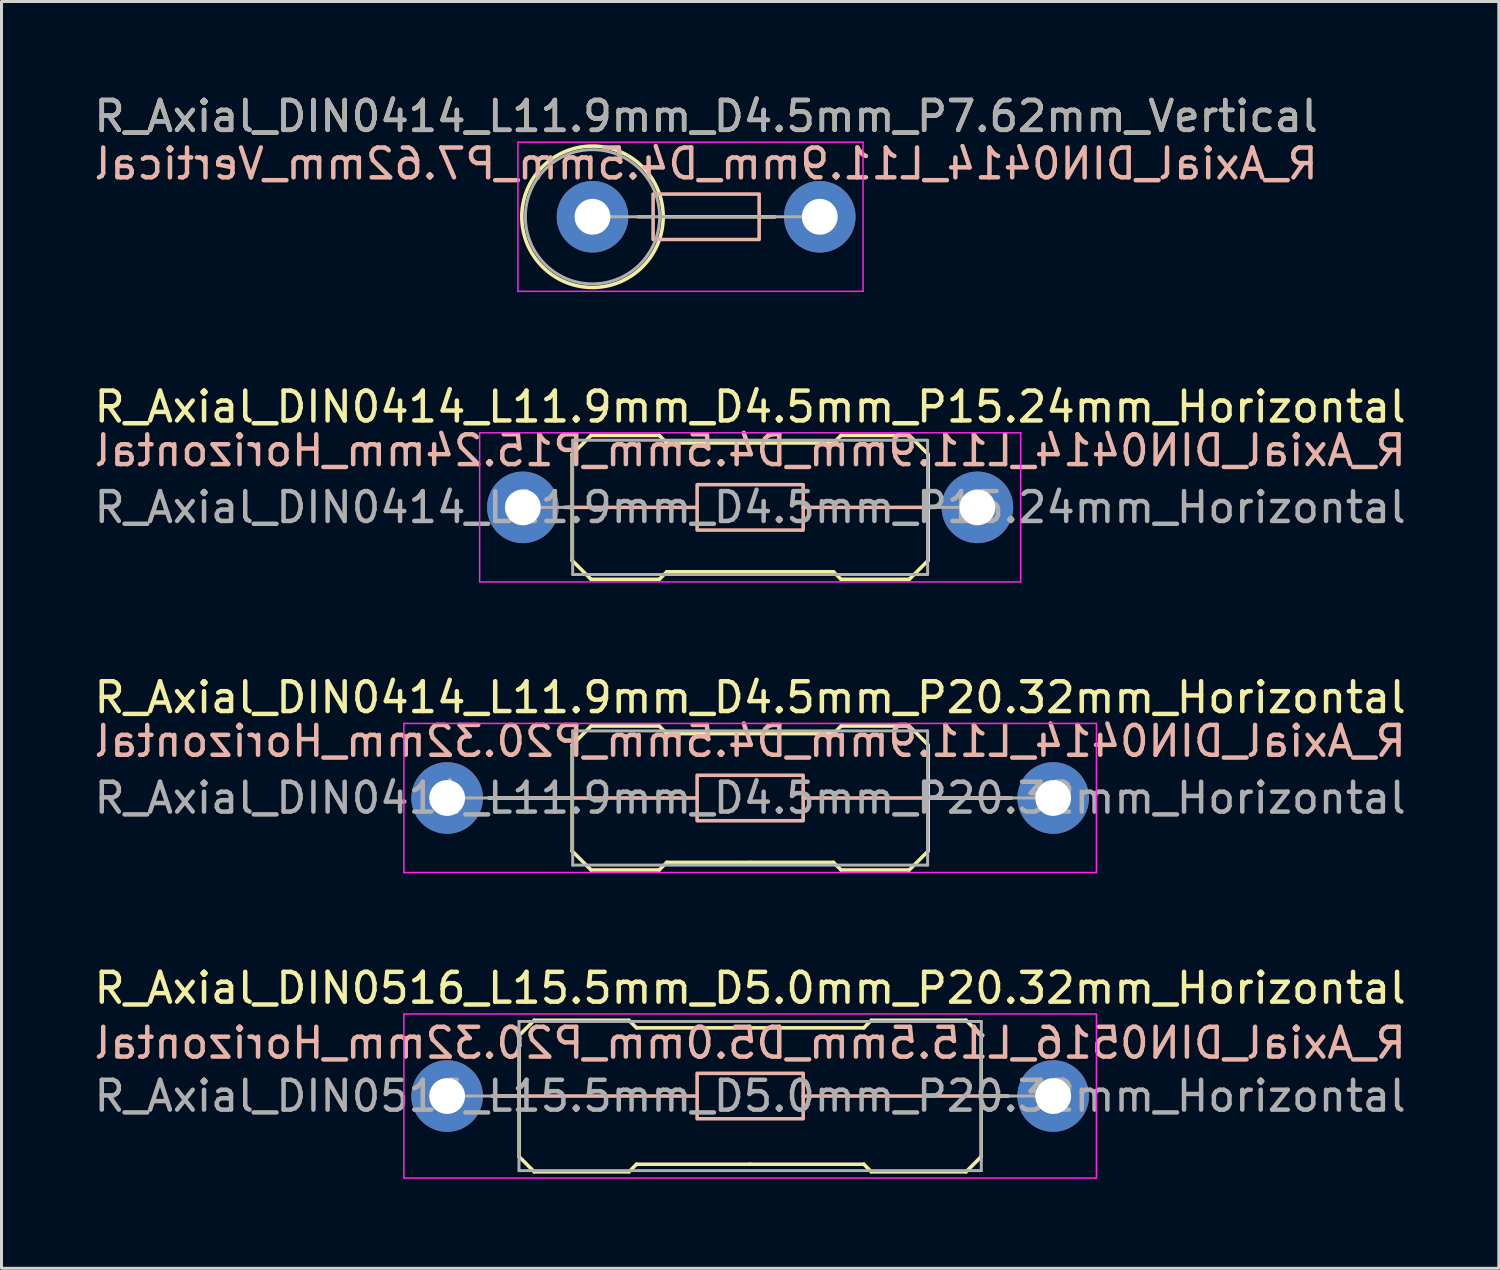
<source format=kicad_pcb>
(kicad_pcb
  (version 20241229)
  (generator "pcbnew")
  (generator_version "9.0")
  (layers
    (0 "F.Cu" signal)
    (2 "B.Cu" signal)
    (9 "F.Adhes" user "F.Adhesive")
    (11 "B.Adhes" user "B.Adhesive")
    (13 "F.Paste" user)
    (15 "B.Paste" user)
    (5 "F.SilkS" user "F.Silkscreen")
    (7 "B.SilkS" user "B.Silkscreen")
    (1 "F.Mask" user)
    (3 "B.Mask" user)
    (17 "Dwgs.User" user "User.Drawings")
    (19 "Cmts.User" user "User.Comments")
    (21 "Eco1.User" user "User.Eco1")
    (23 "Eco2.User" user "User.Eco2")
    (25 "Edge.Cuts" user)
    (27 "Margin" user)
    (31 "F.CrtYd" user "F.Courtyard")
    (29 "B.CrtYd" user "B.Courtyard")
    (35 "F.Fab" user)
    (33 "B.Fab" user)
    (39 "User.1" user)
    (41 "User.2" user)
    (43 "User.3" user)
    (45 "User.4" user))
  (footprint "R_Axial_DIN0516_L15.5mm_D5.0mm_P20.32mm_Horizontal"
    (layer "F.Cu")
    (at 11.941 33.698)
    (property "Reference" "R_Axial_DIN0516_L15.5mm_D5.0mm_P20.32mm_Horizontal" (at 10.16 -3.62 0) (layer "F.SilkS") (effects (font (size 1 1) (thickness 0.15))))
    (fp_line (start 2.413 -2.032) (end 2.921 -2.54) (stroke (width 0.12) (type solid)) (layer "F.SilkS"))
    (fp_line (start 2.413 0) (end 1.524 0) (stroke (width 0.12) (type solid)) (layer "F.SilkS"))
    (fp_line (start 2.413 2.032) (end 2.413 -2.032) (stroke (width 0.12) (type solid)) (layer "F.SilkS"))
    (fp_line (start 2.413 2.032) (end 2.921 2.54) (stroke (width 0.12) (type solid)) (layer "F.SilkS"))
    (fp_line (start 2.921 -2.54) (end 6.096 -2.54) (stroke (width 0.12) (type solid)) (layer "F.SilkS"))
    (fp_line (start 2.921 2.54) (end 6.096 2.54) (stroke (width 0.12) (type solid)) (layer "F.SilkS"))
    (fp_line (start 6.096 -2.54) (end 6.35 -2.286) (stroke (width 0.12) (type solid)) (layer "F.SilkS"))
    (fp_line (start 6.096 2.54) (end 6.35 2.286) (stroke (width 0.12) (type solid)) (layer "F.SilkS"))
    (fp_line (start 6.35 -2.286) (end 10.16 -2.286) (stroke (width 0.12) (type solid)) (layer "F.SilkS"))
    (fp_line (start 6.35 2.286) (end 10.16 2.286) (stroke (width 0.12) (type solid)) (layer "F.SilkS"))
    (fp_line (start 13.97 -2.286) (end 10.16 -2.286) (stroke (width 0.12) (type solid)) (layer "F.SilkS"))
    (fp_line (start 13.97 2.286) (end 10.16 2.286) (stroke (width 0.12) (type solid)) (layer "F.SilkS"))
    (fp_line (start 14.224 -2.54) (end 13.97 -2.286) (stroke (width 0.12) (type solid)) (layer "F.SilkS"))
    (fp_line (start 14.224 2.54) (end 13.97 2.286) (stroke (width 0.12) (type solid)) (layer "F.SilkS"))
    (fp_line (start 17.399 -2.54) (end 14.224 -2.54) (stroke (width 0.12) (type solid)) (layer "F.SilkS"))
    (fp_line (start 17.399 2.54) (end 14.224 2.54) (stroke (width 0.12) (type solid)) (layer "F.SilkS"))
    (fp_line (start 17.907 -2.032) (end 17.399 -2.54) (stroke (width 0.12) (type solid)) (layer "F.SilkS"))
    (fp_line (start 17.907 2.032) (end 17.399 2.54) (stroke (width 0.12) (type solid)) (layer "F.SilkS"))
    (fp_line (start 17.907 2.032) (end 17.907 -2.032) (stroke (width 0.12) (type solid)) (layer "F.SilkS"))
    (fp_line (start 18.796 0) (end 17.907 0) (stroke (width 0.12) (type solid)) (layer "F.SilkS"))
    (fp_line (start 8.382 0) (end 1.524 0) (stroke (width 0.12) (type solid)) (layer "B.SilkS"))
    (fp_line (start 11.938 0) (end 18.796 0) (stroke (width 0.12) (type solid)) (layer "B.SilkS"))
    (fp_rect (start 8.382 -0.762) (end 11.938 0.762) (stroke (width 0.12) (type solid)) (fill no) (layer "B.SilkS"))
    (fp_line (start -1.45 -2.75) (end -1.45 2.75) (stroke (width 0.05) (type solid)) (layer "F.CrtYd"))
    (fp_line (start -1.45 2.75) (end 21.77 2.75) (stroke (width 0.05) (type solid)) (layer "F.CrtYd"))
    (fp_line (start 21.77 -2.75) (end -1.45 -2.75) (stroke (width 0.05) (type solid)) (layer "F.CrtYd"))
    (fp_line (start 21.77 2.75) (end 21.77 -2.75) (stroke (width 0.05) (type solid)) (layer "F.CrtYd"))
    (fp_line (start 0 0) (end 2.41 0) (stroke (width 0.1) (type solid)) (layer "F.Fab"))
    (fp_line (start 2.41 -2.5) (end 2.41 2.5) (stroke (width 0.1) (type solid)) (layer "F.Fab"))
    (fp_line (start 2.41 2.5) (end 17.91 2.5) (stroke (width 0.1) (type solid)) (layer "F.Fab"))
    (fp_line (start 17.91 -2.5) (end 2.41 -2.5) (stroke (width 0.1) (type solid)) (layer "F.Fab"))
    (fp_line (start 17.91 2.5) (end 17.91 -2.5) (stroke (width 0.1) (type solid)) (layer "F.Fab"))
    (fp_line (start 20.32 0) (end 17.91 0) (stroke (width 0.1) (type solid)) (layer "F.Fab"))
    (fp_text user "${REFERENCE}" (at 10.16 -1.778 0) (layer "B.SilkS") (effects (font (size 1 1) (thickness 0.15)) (justify mirror)))
    (fp_text user "${REFERENCE}" (at 10.16 0 0) (layer "F.Fab") (effects (font (size 1 1) (thickness 0.15))))
    (pad "1" thru_hole circle (at 0 0) (size 2.4 2.4) (drill 1.2) (layers "*.Cu" "*.Mask"))
    (pad "2" thru_hole oval (at 20.32 0) (size 2.4 2.4) (drill 1.2) (layers "*.Cu" "*.Mask")))
  (footprint "R_Axial_DIN0414_L11.9mm_D4.5mm_P20.32mm_Horizontal"
    (layer "F.Cu")
    (at 11.941 23.705)
    (property "Reference" "R_Axial_DIN0414_L11.9mm_D4.5mm_P20.32mm_Horizontal" (at 10.16 -3.37 0) (layer "F.SilkS") (effects (font (size 1 1) (thickness 0.15))))
    (fp_line (start 4.191 -1.778) (end 4.826 -2.413) (stroke (width 0.12) (type solid)) (layer "F.SilkS"))
    (fp_line (start 4.191 0) (end 1.397 0) (stroke (width 0.12) (type solid)) (layer "F.SilkS"))
    (fp_line (start 4.191 1.778) (end 4.191 -1.778) (stroke (width 0.12) (type solid)) (layer "F.SilkS"))
    (fp_line (start 4.191 1.778) (end 4.826 2.413) (stroke (width 0.12) (type solid)) (layer "F.SilkS"))
    (fp_line (start 4.826 -2.413) (end 7.112 -2.413) (stroke (width 0.12) (type solid)) (layer "F.SilkS"))
    (fp_line (start 4.826 2.413) (end 7.112 2.413) (stroke (width 0.12) (type solid)) (layer "F.SilkS"))
    (fp_line (start 7.112 -2.413) (end 7.366 -2.159) (stroke (width 0.12) (type solid)) (layer "F.SilkS"))
    (fp_line (start 7.112 2.413) (end 7.366 2.159) (stroke (width 0.12) (type solid)) (layer "F.SilkS"))
    (fp_line (start 7.366 -2.159) (end 10.16 -2.159) (stroke (width 0.12) (type solid)) (layer "F.SilkS"))
    (fp_line (start 7.366 2.159) (end 10.16 2.159) (stroke (width 0.12) (type solid)) (layer "F.SilkS"))
    (fp_line (start 12.954 -2.159) (end 10.16 -2.159) (stroke (width 0.12) (type solid)) (layer "F.SilkS"))
    (fp_line (start 12.954 2.159) (end 10.16 2.159) (stroke (width 0.12) (type solid)) (layer "F.SilkS"))
    (fp_line (start 13.208 -2.413) (end 12.954 -2.159) (stroke (width 0.12) (type solid)) (layer "F.SilkS"))
    (fp_line (start 13.208 2.413) (end 12.954 2.159) (stroke (width 0.12) (type solid)) (layer "F.SilkS"))
    (fp_line (start 15.494 -2.413) (end 13.208 -2.413) (stroke (width 0.12) (type solid)) (layer "F.SilkS"))
    (fp_line (start 15.494 2.413) (end 13.208 2.413) (stroke (width 0.12) (type solid)) (layer "F.SilkS"))
    (fp_line (start 16.129 -1.778) (end 15.494 -2.413) (stroke (width 0.12) (type solid)) (layer "F.SilkS"))
    (fp_line (start 16.129 0) (end 18.923 0) (stroke (width 0.12) (type solid)) (layer "F.SilkS"))
    (fp_line (start 16.129 1.778) (end 15.494 2.413) (stroke (width 0.12) (type solid)) (layer "F.SilkS"))
    (fp_line (start 16.129 1.778) (end 16.129 -1.778) (stroke (width 0.12) (type solid)) (layer "F.SilkS"))
    (fp_line (start 8.382 0) (end 1.524 0) (stroke (width 0.12) (type solid)) (layer "B.SilkS"))
    (fp_line (start 11.938 0) (end 18.796 0) (stroke (width 0.12) (type solid)) (layer "B.SilkS"))
    (fp_rect (start 8.382 -0.762) (end 11.938 0.762) (stroke (width 0.12) (type solid)) (fill no) (layer "B.SilkS"))
    (fp_line (start -1.45 -2.5) (end -1.45 2.5) (stroke (width 0.05) (type solid)) (layer "F.CrtYd"))
    (fp_line (start -1.45 2.5) (end 21.77 2.5) (stroke (width 0.05) (type solid)) (layer "F.CrtYd"))
    (fp_line (start 21.77 -2.5) (end -1.45 -2.5) (stroke (width 0.05) (type solid)) (layer "F.CrtYd"))
    (fp_line (start 21.77 2.5) (end 21.77 -2.5) (stroke (width 0.05) (type solid)) (layer "F.CrtYd"))
    (fp_line (start 0 0) (end 4.21 0) (stroke (width 0.1) (type solid)) (layer "F.Fab"))
    (fp_line (start 4.21 -2.25) (end 4.21 2.25) (stroke (width 0.1) (type solid)) (layer "F.Fab"))
    (fp_line (start 4.21 2.25) (end 16.11 2.25) (stroke (width 0.1) (type solid)) (layer "F.Fab"))
    (fp_line (start 16.11 -2.25) (end 4.21 -2.25) (stroke (width 0.1) (type solid)) (layer "F.Fab"))
    (fp_line (start 16.11 2.25) (end 16.11 -2.25) (stroke (width 0.1) (type solid)) (layer "F.Fab"))
    (fp_line (start 20.32 0) (end 16.11 0) (stroke (width 0.1) (type solid)) (layer "F.Fab"))
    (fp_text user "${REFERENCE}" (at 10.16 -1.905 0) (layer "B.SilkS") (effects (font (size 1 1) (thickness 0.15)) (justify mirror)))
    (fp_text user "${REFERENCE}" (at 10.16 0 0) (layer "F.Fab") (effects (font (size 1 1) (thickness 0.15))))
    (pad "1" thru_hole circle (at 0 0) (size 2.4 2.4) (drill 1.2) (layers "*.Cu" "*.Mask"))
    (pad "2" thru_hole oval (at 20.32 0) (size 2.4 2.4) (drill 1.2) (layers "*.Cu" "*.Mask")))
  (footprint "R_Axial_DIN0414_L11.9mm_D4.5mm_P15.24mm_Horizontal"
    (layer "F.Cu")
    (at 14.481 13.961)
    (property "Reference" "R_Axial_DIN0414_L11.9mm_D4.5mm_P15.24mm_Horizontal" (at 7.62 -3.37 0) (layer "F.SilkS") (effects (font (size 1 1) (thickness 0.15))))
    (fp_line (start 1.651 -1.778) (end 2.286 -2.413) (stroke (width 0.12) (type solid)) (layer "F.SilkS"))
    (fp_line (start 1.651 0) (end 1.397 0) (stroke (width 0.12) (type solid)) (layer "F.SilkS"))
    (fp_line (start 1.651 1.778) (end 1.651 -1.778) (stroke (width 0.12) (type solid)) (layer "F.SilkS"))
    (fp_line (start 1.651 1.778) (end 2.286 2.413) (stroke (width 0.12) (type solid)) (layer "F.SilkS"))
    (fp_line (start 2.286 -2.413) (end 4.572 -2.413) (stroke (width 0.12) (type solid)) (layer "F.SilkS"))
    (fp_line (start 2.286 2.413) (end 4.572 2.413) (stroke (width 0.12) (type solid)) (layer "F.SilkS"))
    (fp_line (start 4.572 -2.413) (end 4.826 -2.159) (stroke (width 0.12) (type solid)) (layer "F.SilkS"))
    (fp_line (start 4.572 2.413) (end 4.826 2.159) (stroke (width 0.12) (type solid)) (layer "F.SilkS"))
    (fp_line (start 4.826 -2.159) (end 7.62 -2.159) (stroke (width 0.12) (type solid)) (layer "F.SilkS"))
    (fp_line (start 4.826 2.159) (end 7.62 2.159) (stroke (width 0.12) (type solid)) (layer "F.SilkS"))
    (fp_line (start 10.414 -2.159) (end 7.62 -2.159) (stroke (width 0.12) (type solid)) (layer "F.SilkS"))
    (fp_line (start 10.414 2.159) (end 7.62 2.159) (stroke (width 0.12) (type solid)) (layer "F.SilkS"))
    (fp_line (start 10.668 -2.413) (end 10.414 -2.159) (stroke (width 0.12) (type solid)) (layer "F.SilkS"))
    (fp_line (start 10.668 2.413) (end 10.414 2.159) (stroke (width 0.12) (type solid)) (layer "F.SilkS"))
    (fp_line (start 12.954 -2.413) (end 10.668 -2.413) (stroke (width 0.12) (type solid)) (layer "F.SilkS"))
    (fp_line (start 12.954 2.413) (end 10.668 2.413) (stroke (width 0.12) (type solid)) (layer "F.SilkS"))
    (fp_line (start 13.589 -1.778) (end 12.954 -2.413) (stroke (width 0.12) (type solid)) (layer "F.SilkS"))
    (fp_line (start 13.589 0) (end 13.843 0) (stroke (width 0.12) (type solid)) (layer "F.SilkS"))
    (fp_line (start 13.589 1.778) (end 12.954 2.413) (stroke (width 0.12) (type solid)) (layer "F.SilkS"))
    (fp_line (start 13.589 1.778) (end 13.589 -1.778) (stroke (width 0.12) (type solid)) (layer "F.SilkS"))
    (fp_line (start 5.842 0) (end 1.524 0) (stroke (width 0.12) (type solid)) (layer "B.SilkS"))
    (fp_line (start 9.398 0) (end 13.716 0) (stroke (width 0.12) (type solid)) (layer "B.SilkS"))
    (fp_rect (start 5.842 -0.762) (end 9.398 0.762) (stroke (width 0.12) (type solid)) (fill no) (layer "B.SilkS"))
    (fp_line (start -1.45 -2.5) (end -1.45 2.5) (stroke (width 0.05) (type solid)) (layer "F.CrtYd"))
    (fp_line (start -1.45 2.5) (end 16.69 2.5) (stroke (width 0.05) (type solid)) (layer "F.CrtYd"))
    (fp_line (start 16.69 -2.5) (end -1.45 -2.5) (stroke (width 0.05) (type solid)) (layer "F.CrtYd"))
    (fp_line (start 16.69 2.5) (end 16.69 -2.5) (stroke (width 0.05) (type solid)) (layer "F.CrtYd"))
    (fp_line (start 0 0) (end 1.67 0) (stroke (width 0.1) (type solid)) (layer "F.Fab"))
    (fp_line (start 1.67 -2.25) (end 1.67 2.25) (stroke (width 0.1) (type solid)) (layer "F.Fab"))
    (fp_line (start 1.67 2.25) (end 13.57 2.25) (stroke (width 0.1) (type solid)) (layer "F.Fab"))
    (fp_line (start 13.57 -2.25) (end 1.67 -2.25) (stroke (width 0.1) (type solid)) (layer "F.Fab"))
    (fp_line (start 13.57 2.25) (end 13.57 -2.25) (stroke (width 0.1) (type solid)) (layer "F.Fab"))
    (fp_line (start 15.24 0) (end 13.57 0) (stroke (width 0.1) (type solid)) (layer "F.Fab"))
    (fp_text user "${REFERENCE}" (at 7.62 -1.905 0) (layer "B.SilkS") (effects (font (size 1 1) (thickness 0.15)) (justify mirror)))
    (fp_text user "${REFERENCE}" (at 7.62 0 0) (layer "F.Fab") (effects (font (size 1 1) (thickness 0.15))))
    (pad "1" thru_hole circle (at 0 0) (size 2.4 2.4) (drill 1.2) (layers "*.Cu" "*.Mask"))
    (pad "2" thru_hole oval (at 15.24 0) (size 2.4 2.4) (drill 1.2) (layers "*.Cu" "*.Mask")))
  (footprint "R_Axial_DIN0414_L11.9mm_D4.5mm_P7.62mm_Vertical"
    (layer "F.Cu")
    (at 16.815 4.218)
    (property "Reference" "R_Axial_DIN0414_L11.9mm_D4.5mm_P7.62mm_Vertical" (at 3.81 -3.37 0) (layer "F.SilkS") (effects (font (size 1 1) (thickness 0.15))))
    (fp_line (start 2.37 0) (end 6.12 0) (stroke (width 0.12) (type solid)) (layer "F.SilkS"))
    (fp_circle (center 0 0) (end 2.37 0) (stroke (width 0.12) (type solid)) (fill no) (layer "F.SilkS"))
    (fp_line (start 2.032 0) (end 1.524 0) (stroke (width 0.12) (type solid)) (layer "B.SilkS"))
    (fp_line (start 5.588 0) (end 6.096 0) (stroke (width 0.12) (type solid)) (layer "B.SilkS"))
    (fp_rect (start 2.032 -0.762) (end 5.588 0.762) (stroke (width 0.12) (type solid)) (fill no) (layer "B.SilkS"))
    (fp_line (start -2.5 -2.5) (end -2.5 2.5) (stroke (width 0.05) (type solid)) (layer "F.CrtYd"))
    (fp_line (start -2.5 2.5) (end 9.07 2.5) (stroke (width 0.05) (type solid)) (layer "F.CrtYd"))
    (fp_line (start 9.07 -2.5) (end -2.5 -2.5) (stroke (width 0.05) (type solid)) (layer "F.CrtYd"))
    (fp_line (start 9.07 2.5) (end 9.07 -2.5) (stroke (width 0.05) (type solid)) (layer "F.CrtYd"))
    (fp_line (start 0 0) (end 7.62 0) (stroke (width 0.1) (type solid)) (layer "F.Fab"))
    (fp_circle (center 0 0) (end 2.25 0) (stroke (width 0.1) (type solid)) (fill no) (layer "F.Fab"))
    (fp_text user "${REFERENCE}" (at 3.81 -1.778 0) (layer "B.SilkS") (effects (font (size 1 1) (thickness 0.15)) (justify mirror)))
    (fp_text user "${REFERENCE}" (at 3.81 -3.37 0) (layer "F.Fab") (effects (font (size 1 1) (thickness 0.15))))
    (pad "1" thru_hole circle (at 0 0) (size 2.4 2.4) (drill 1.2) (layers "*.Cu" "*.Mask"))
    (pad "2" thru_hole oval (at 7.62 0) (size 2.4 2.4) (drill 1.2) (layers "*.Cu" "*.Mask")))
  (gr_rect
    (start -3 -3)
    (end 47.202 39.473)
    (stroke (width 0.1) (type default))
    (fill no)
    (layer "Edge.Cuts")))
</source>
